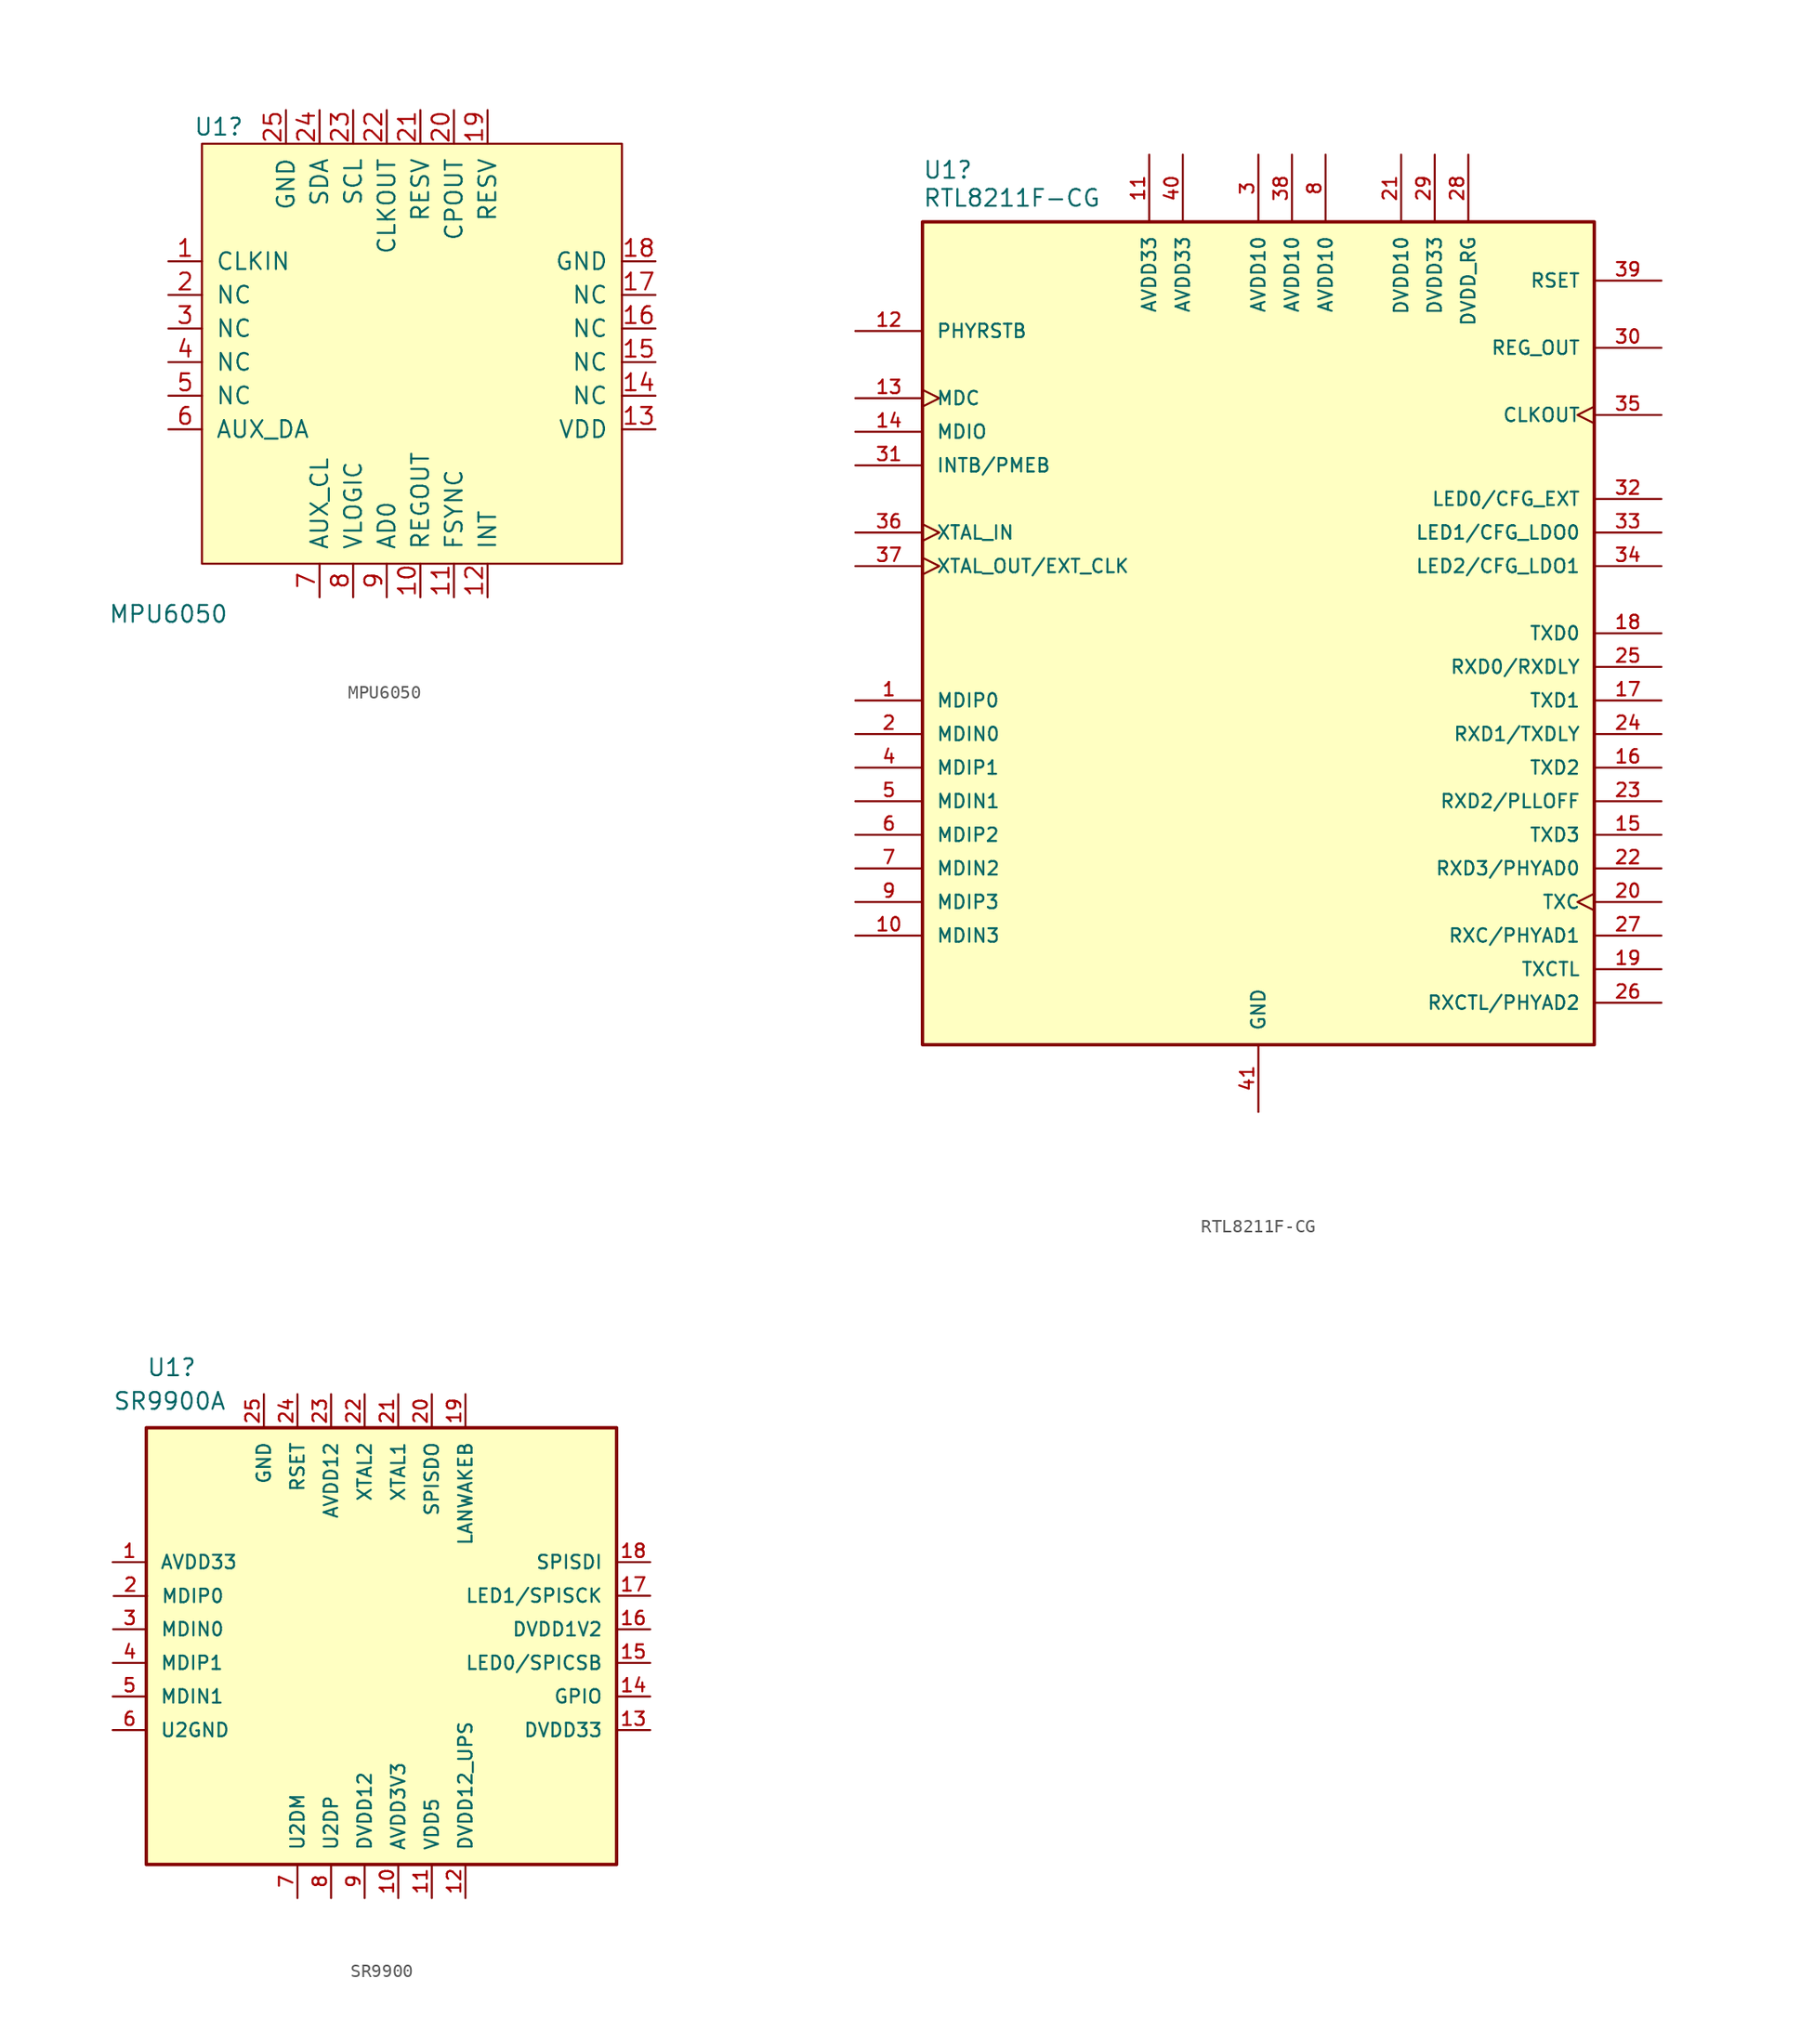
<source format=kicad_sym>
(kicad_symbol_lib
  (version 20220914)
  (generator kicad_symbol_editor)
  (symbol "MPU6050"
    (pin_names
      (offset 1.016))
    (property "Reference" "U1"
      (at -13.97 16.51 0)
      (effects (font (size 1.27 1.27))))
    (property "Value" "MPU6050"
      (at -17.78 -20.32 0)
      (effects (font (size 1.27 1.27))))
    (symbol "MPU6050_0_1"
      (rectangle (start -15.24 15.24) (end 16.51 -16.51) (stroke (width 0) (type default)) (fill (type background))))
    (symbol "MPU6050_1_1"
      (pin input line (at -17.78 6.35 0) (length 2.54) (name "CLKIN" (effects (font (size 1.27 1.27)))) (number "1" (effects (font (size 1.27 1.27)))))
      (pin input line (at 1.27 -19.05 90) (length 2.54) (name "REGOUT" (effects (font (size 1.27 1.27)))) (number "10" (effects (font (size 1.27 1.27)))))
      (pin input line (at 3.81 -19.05 90) (length 2.54) (name "FSYNC" (effects (font (size 1.27 1.27)))) (number "11" (effects (font (size 1.27 1.27)))))
      (pin input line (at 6.35 -19.05 90) (length 2.54) (name "INT" (effects (font (size 1.27 1.27)))) (number "12" (effects (font (size 1.27 1.27)))))
      (pin input line (at 19.05 -6.35 180) (length 2.54) (name "VDD" (effects (font (size 1.27 1.27)))) (number "13" (effects (font (size 1.27 1.27)))))
      (pin input line (at 19.05 -3.81 180) (length 2.54) (name "NC" (effects (font (size 1.27 1.27)))) (number "14" (effects (font (size 1.27 1.27)))))
      (pin input line (at 19.05 -1.27 180) (length 2.54) (name "NC" (effects (font (size 1.27 1.27)))) (number "15" (effects (font (size 1.27 1.27)))))
      (pin input line (at 19.05 1.27 180) (length 2.54) (name "NC" (effects (font (size 1.27 1.27)))) (number "16" (effects (font (size 1.27 1.27)))))
      (pin input line (at 19.05 3.81 180) (length 2.54) (name "NC" (effects (font (size 1.27 1.27)))) (number "17" (effects (font (size 1.27 1.27)))))
      (pin input line (at 19.05 6.35 180) (length 2.54) (name "GND" (effects (font (size 1.27 1.27)))) (number "18" (effects (font (size 1.27 1.27)))))
      (pin input line (at 6.35 17.78 270) (length 2.54) (name "RESV" (effects (font (size 1.27 1.27)))) (number "19" (effects (font (size 1.27 1.27)))))
      (pin input line (at -17.78 3.81 0) (length 2.54) (name "NC" (effects (font (size 1.27 1.27)))) (number "2" (effects (font (size 1.27 1.27)))))
      (pin output line (at 3.81 17.78 270) (length 2.54) (name "CPOUT" (effects (font (size 1.27 1.27)))) (number "20" (effects (font (size 1.27 1.27)))))
      (pin input line (at 1.27 17.78 270) (length 2.54) (name "RESV" (effects (font (size 1.27 1.27)))) (number "21" (effects (font (size 1.27 1.27)))))
      (pin output line (at -1.27 17.78 270) (length 2.54) (name "CLKOUT" (effects (font (size 1.27 1.27)))) (number "22" (effects (font (size 1.27 1.27)))))
      (pin input line (at -3.81 17.78 270) (length 2.54) (name "SCL" (effects (font (size 1.27 1.27)))) (number "23" (effects (font (size 1.27 1.27)))))
      (pin input line (at -6.35 17.78 270) (length 2.54) (name "SDA" (effects (font (size 1.27 1.27)))) (number "24" (effects (font (size 1.27 1.27)))))
      (pin input line (at -8.89 17.78 270) (length 2.54) (name "GND" (effects (font (size 1.27 1.27)))) (number "25" (effects (font (size 1.27 1.27)))))
      (pin input line (at -17.78 1.27 0) (length 2.54) (name "NC" (effects (font (size 1.27 1.27)))) (number "3" (effects (font (size 1.27 1.27)))))
      (pin input line (at -17.78 -1.27 0) (length 2.54) (name "NC" (effects (font (size 1.27 1.27)))) (number "4" (effects (font (size 1.27 1.27)))))
      (pin input line (at -17.78 -3.81 0) (length 2.54) (name "NC" (effects (font (size 1.27 1.27)))) (number "5" (effects (font (size 1.27 1.27)))))
      (pin input line (at -17.78 -6.35 0) (length 2.54) (name "AUX_DA" (effects (font (size 1.27 1.27)))) (number "6" (effects (font (size 1.27 1.27)))))
      (pin input line (at -6.35 -19.05 90) (length 2.54) (name "AUX_CL" (effects (font (size 1.27 1.27)))) (number "7" (effects (font (size 1.27 1.27)))))
      (pin input line (at -3.81 -19.05 90) (length 2.54) (name "VLOGIC" (effects (font (size 1.27 1.27)))) (number "8" (effects (font (size 1.27 1.27)))))
      (pin input line (at -1.27 -19.05 90) (length 2.54) (name "AD0" (effects (font (size 1.27 1.27)))) (number "9" (effects (font (size 1.27 1.27)))))))
  (symbol "RTL8211F-CG"
    (pin_names
      (offset 1.016))
    (property "Reference" "U1"
      (at -25.4 34.29 0)
      (effects (font (size 1.27 1.27)) (justify left bottom)))
    (property "Value" "RTL8211F-CG"
      (at -25.4 33.655 0)
      (effects (font (size 1.27 1.27)) (justify left top)))
    (symbol "RTL8211F-CG_0_0"
      (rectangle (start -25.4 31.115) (end 25.4 -31.115) (stroke (width 0.254) (type default)) (fill (type background)))
      (pin bidirectional line (at -30.48 -5.08 0) (length 5.08) (name "MDIP0" (effects (font (size 1.016 1.016)))) (number "1" (effects (font (size 1.016 1.016)))))
      (pin bidirectional line (at -30.48 -22.86 0) (length 5.08) (name "MDIN3" (effects (font (size 1.016 1.016)))) (number "10" (effects (font (size 1.016 1.016)))))
      (pin power_in line (at -8.255 36.195 270) (length 5.08) (name "AVDD33" (effects (font (size 1.016 1.016)))) (number "11" (effects (font (size 1.016 1.016)))))
      (pin input line (at -30.48 22.86 0) (length 5.08) (name "PHYRSTB" (effects (font (size 1.016 1.016)))) (number "12" (effects (font (size 1.016 1.016)))))
      (pin input clock (at -30.48 17.78 0) (length 5.08) (name "MDC" (effects (font (size 1.016 1.016)))) (number "13" (effects (font (size 1.016 1.016)))))
      (pin bidirectional line (at -30.48 15.24 0) (length 5.08) (name "MDIO" (effects (font (size 1.016 1.016)))) (number "14" (effects (font (size 1.016 1.016)))))
      (pin input line (at 30.48 -15.24 180) (length 5.08) (name "TXD3" (effects (font (size 1.016 1.016)))) (number "15" (effects (font (size 1.016 1.016)))))
      (pin input line (at 30.48 -10.16 180) (length 5.08) (name "TXD2" (effects (font (size 1.016 1.016)))) (number "16" (effects (font (size 1.016 1.016)))))
      (pin input line (at 30.48 -5.08 180) (length 5.08) (name "TXD1" (effects (font (size 1.016 1.016)))) (number "17" (effects (font (size 1.016 1.016)))))
      (pin input line (at 30.48 0 180) (length 5.08) (name "TXD0" (effects (font (size 1.016 1.016)))) (number "18" (effects (font (size 1.016 1.016)))))
      (pin input line (at 30.48 -25.4 180) (length 5.08) (name "TXCTL" (effects (font (size 1.016 1.016)))) (number "19" (effects (font (size 1.016 1.016)))))
      (pin bidirectional line (at -30.48 -7.62 0) (length 5.08) (name "MDIN0" (effects (font (size 1.016 1.016)))) (number "2" (effects (font (size 1.016 1.016)))))
      (pin input clock (at 30.48 -20.32 180) (length 5.08) (name "TXC" (effects (font (size 1.016 1.016)))) (number "20" (effects (font (size 1.016 1.016)))))
      (pin power_in line (at 10.795 36.195 270) (length 5.08) (name "DVDD10" (effects (font (size 1.016 1.016)))) (number "21" (effects (font (size 1.016 1.016)))))
      (pin bidirectional line (at 30.48 -17.78 180) (length 5.08) (name "RXD3/PHYAD0" (effects (font (size 1.016 1.016)))) (number "22" (effects (font (size 1.016 1.016)))))
      (pin bidirectional line (at 30.48 -12.7 180) (length 5.08) (name "RXD2/PLLOFF" (effects (font (size 1.016 1.016)))) (number "23" (effects (font (size 1.016 1.016)))))
      (pin bidirectional line (at 30.48 -7.62 180) (length 5.08) (name "RXD1/TXDLY" (effects (font (size 1.016 1.016)))) (number "24" (effects (font (size 1.016 1.016)))))
      (pin bidirectional line (at 30.48 -2.54 180) (length 5.08) (name "RXD0/RXDLY" (effects (font (size 1.016 1.016)))) (number "25" (effects (font (size 1.016 1.016)))))
      (pin bidirectional line (at 30.48 -27.94 180) (length 5.08) (name "RXCTL/PHYAD2" (effects (font (size 1.016 1.016)))) (number "26" (effects (font (size 1.016 1.016)))))
      (pin bidirectional line (at 30.48 -22.86 180) (length 5.08) (name "RXC/PHYAD1" (effects (font (size 1.016 1.016)))) (number "27" (effects (font (size 1.016 1.016)))))
      (pin power_in line (at 15.875 36.195 270) (length 5.08) (name "DVDD_RG" (effects (font (size 1.016 1.016)))) (number "28" (effects (font (size 1.016 1.016)))))
      (pin power_in line (at 13.335 36.195 270) (length 5.08) (name "DVDD33" (effects (font (size 1.016 1.016)))) (number "29" (effects (font (size 1.016 1.016)))))
      (pin power_in line (at 0 36.195 270) (length 5.08) (name "AVDD10" (effects (font (size 1.016 1.016)))) (number "3" (effects (font (size 1.016 1.016)))))
      (pin output line (at 30.48 21.59 180) (length 5.08) (name "REG_OUT" (effects (font (size 1.016 1.016)))) (number "30" (effects (font (size 1.016 1.016)))))
      (pin output line (at -30.48 12.7 0) (length 5.08) (name "INTB/PMEB" (effects (font (size 1.016 1.016)))) (number "31" (effects (font (size 1.016 1.016)))))
      (pin bidirectional line (at 30.48 10.16 180) (length 5.08) (name "LED0/CFG_EXT" (effects (font (size 1.016 1.016)))) (number "32" (effects (font (size 1.016 1.016)))))
      (pin bidirectional line (at 30.48 7.62 180) (length 5.08) (name "LED1/CFG_LDO0" (effects (font (size 1.016 1.016)))) (number "33" (effects (font (size 1.016 1.016)))))
      (pin bidirectional line (at 30.48 5.08 180) (length 5.08) (name "LED2/CFG_LDO1" (effects (font (size 1.016 1.016)))) (number "34" (effects (font (size 1.016 1.016)))))
      (pin output clock (at 30.48 16.51 180) (length 5.08) (name "CLKOUT" (effects (font (size 1.016 1.016)))) (number "35" (effects (font (size 1.016 1.016)))))
      (pin input clock (at -30.48 7.62 0) (length 5.08) (name "XTAL_IN" (effects (font (size 1.016 1.016)))) (number "36" (effects (font (size 1.016 1.016)))))
      (pin output clock (at -30.48 5.08 0) (length 5.08) (name "XTAL_OUT/EXT_CLK" (effects (font (size 1.016 1.016)))) (number "37" (effects (font (size 1.016 1.016)))))
      (pin power_in line (at 2.54 36.195 270) (length 5.08) (name "AVDD10" (effects (font (size 1.016 1.016)))) (number "38" (effects (font (size 1.016 1.016)))))
      (pin output line (at 30.48 26.67 180) (length 5.08) (name "RSET" (effects (font (size 1.016 1.016)))) (number "39" (effects (font (size 1.016 1.016)))))
      (pin bidirectional line (at -30.48 -10.16 0) (length 5.08) (name "MDIP1" (effects (font (size 1.016 1.016)))) (number "4" (effects (font (size 1.016 1.016)))))
      (pin power_in line (at -5.715 36.195 270) (length 5.08) (name "AVDD33" (effects (font (size 1.016 1.016)))) (number "40" (effects (font (size 1.016 1.016)))))
      (pin power_in line (at 0 -36.195 90) (length 5.08) (name "GND" (effects (font (size 1.016 1.016)))) (number "41" (effects (font (size 1.016 1.016)))))
      (pin bidirectional line (at -30.48 -12.7 0) (length 5.08) (name "MDIN1" (effects (font (size 1.016 1.016)))) (number "5" (effects (font (size 1.016 1.016)))))
      (pin bidirectional line (at -30.48 -15.24 0) (length 5.08) (name "MDIP2" (effects (font (size 1.016 1.016)))) (number "6" (effects (font (size 1.016 1.016)))))
      (pin bidirectional line (at -30.48 -17.78 0) (length 5.08) (name "MDIN2" (effects (font (size 1.016 1.016)))) (number "7" (effects (font (size 1.016 1.016)))))
      (pin power_in line (at 5.08 36.195 270) (length 5.08) (name "AVDD10" (effects (font (size 1.016 1.016)))) (number "8" (effects (font (size 1.016 1.016)))))
      (pin bidirectional line (at -30.48 -20.32 0) (length 5.08) (name "MDIP3" (effects (font (size 1.016 1.016)))) (number "9" (effects (font (size 1.016 1.016)))))))
  (symbol "SR9900"
    (pin_names
      (offset 1.016))
    (property "Reference" "U1"
      (at -17.78 20.32 0)
      (effects (font (size 1.27 1.27)) (justify left bottom)))
    (property "Value" "SR9900A"
      (at -20.32 17.78 0)
      (effects (font (size 1.27 1.27)) (justify left bottom)))
    (symbol "SR9900_0_0"
      (rectangle (start -17.78 16.51) (end 17.78 -16.51) (stroke (width 0.254) (type default)) (fill (type background)))
      (pin bidirectional line (at -20.32 6.35 0) (length 2.54) (name "AVDD33" (effects (font (size 1.016 1.016)))) (number "1" (effects (font (size 1.016 1.016)))))
      (pin bidirectional line (at 1.27 -19.05 90) (length 2.54) (name "AVDD3V3" (effects (font (size 1.016 1.016)))) (number "10" (effects (font (size 1.016 1.016)))))
      (pin bidirectional line (at 3.81 -19.05 90) (length 2.54) (name "VDD5" (effects (font (size 1.016 1.016)))) (number "11" (effects (font (size 1.016 1.016)))))
      (pin bidirectional line (at 6.35 -19.05 90) (length 2.54) (name "DVDD12_UPS" (effects (font (size 1.016 1.016)))) (number "12" (effects (font (size 1.016 1.016)))))
      (pin bidirectional line (at 20.32 -6.35 180) (length 2.54) (name "DVDD33" (effects (font (size 1.016 1.016)))) (number "13" (effects (font (size 1.016 1.016)))))
      (pin bidirectional line (at 20.32 -3.81 180) (length 2.54) (name "GPIO" (effects (font (size 1.016 1.016)))) (number "14" (effects (font (size 1.016 1.016)))))
      (pin bidirectional line (at 20.32 -1.27 180) (length 2.54) (name "LED0/SPICSB" (effects (font (size 1.016 1.016)))) (number "15" (effects (font (size 1.016 1.016)))))
      (pin bidirectional line (at 20.32 1.27 180) (length 2.54) (name "DVDD1V2" (effects (font (size 1.016 1.016)))) (number "16" (effects (font (size 1.016 1.016)))))
      (pin bidirectional line (at 20.32 3.81 180) (length 2.54) (name "LED1/SPISCK" (effects (font (size 1.016 1.016)))) (number "17" (effects (font (size 1.016 1.016)))))
      (pin bidirectional line (at 20.32 6.35 180) (length 2.54) (name "SPISDI" (effects (font (size 1.016 1.016)))) (number "18" (effects (font (size 1.016 1.016)))))
      (pin bidirectional line (at 6.35 19.05 270) (length 2.54) (name "LANWAKEB" (effects (font (size 1.016 1.016)))) (number "19" (effects (font (size 1.016 1.016)))))
      (pin bidirectional line (at -20.247 3.789 0) (length 2.54) (name "MDIP0" (effects (font (size 1.016 1.016)))) (number "2" (effects (font (size 1.016 1.016)))))
      (pin bidirectional line (at 3.81 19.05 270) (length 2.54) (name "SPISDO" (effects (font (size 1.016 1.016)))) (number "20" (effects (font (size 1.016 1.016)))))
      (pin bidirectional line (at 1.27 19.05 270) (length 2.54) (name "XTAL1" (effects (font (size 1.016 1.016)))) (number "21" (effects (font (size 1.016 1.016)))))
      (pin bidirectional line (at -1.27 19.05 270) (length 2.54) (name "XTAL2" (effects (font (size 1.016 1.016)))) (number "22" (effects (font (size 1.016 1.016)))))
      (pin bidirectional line (at -3.81 19.05 270) (length 2.54) (name "AVDD12" (effects (font (size 1.016 1.016)))) (number "23" (effects (font (size 1.016 1.016)))))
      (pin bidirectional line (at -6.35 19.05 270) (length 2.54) (name "RSET" (effects (font (size 1.016 1.016)))) (number "24" (effects (font (size 1.016 1.016)))))
      (pin bidirectional line (at -20.29 1.274 0) (length 2.54) (name "MDIN0" (effects (font (size 1.016 1.016)))) (number "3" (effects (font (size 1.016 1.016)))))
      (pin bidirectional line (at -20.305 -1.27 0) (length 2.54) (name "MDIP1" (effects (font (size 1.016 1.016)))) (number "4" (effects (font (size 1.016 1.016)))))
      (pin bidirectional line (at -20.32 -3.81 0) (length 2.54) (name "MDIN1" (effects (font (size 1.016 1.016)))) (number "5" (effects (font (size 1.016 1.016)))))
      (pin bidirectional line (at -20.32 -6.35 0) (length 2.54) (name "U2GND" (effects (font (size 1.016 1.016)))) (number "6" (effects (font (size 1.016 1.016)))))
      (pin bidirectional line (at -6.35 -19.05 90) (length 2.54) (name "U2DM" (effects (font (size 1.016 1.016)))) (number "7" (effects (font (size 1.016 1.016)))))
      (pin bidirectional line (at -3.81 -19.05 90) (length 2.54) (name "U2DP" (effects (font (size 1.016 1.016)))) (number "8" (effects (font (size 1.016 1.016)))))
      (pin bidirectional line (at -1.27 -19.05 90) (length 2.54) (name "DVDD12" (effects (font (size 1.016 1.016)))) (number "9" (effects (font (size 1.016 1.016))))))
    (symbol "SR9900_1_0"
      (pin bidirectional line (at -8.89 19.05 270) (length 2.54) (name "GND" (effects (font (size 1.016 1.016)))) (number "25" (effects (font (size 1.016 1.016))))))))
</source>
